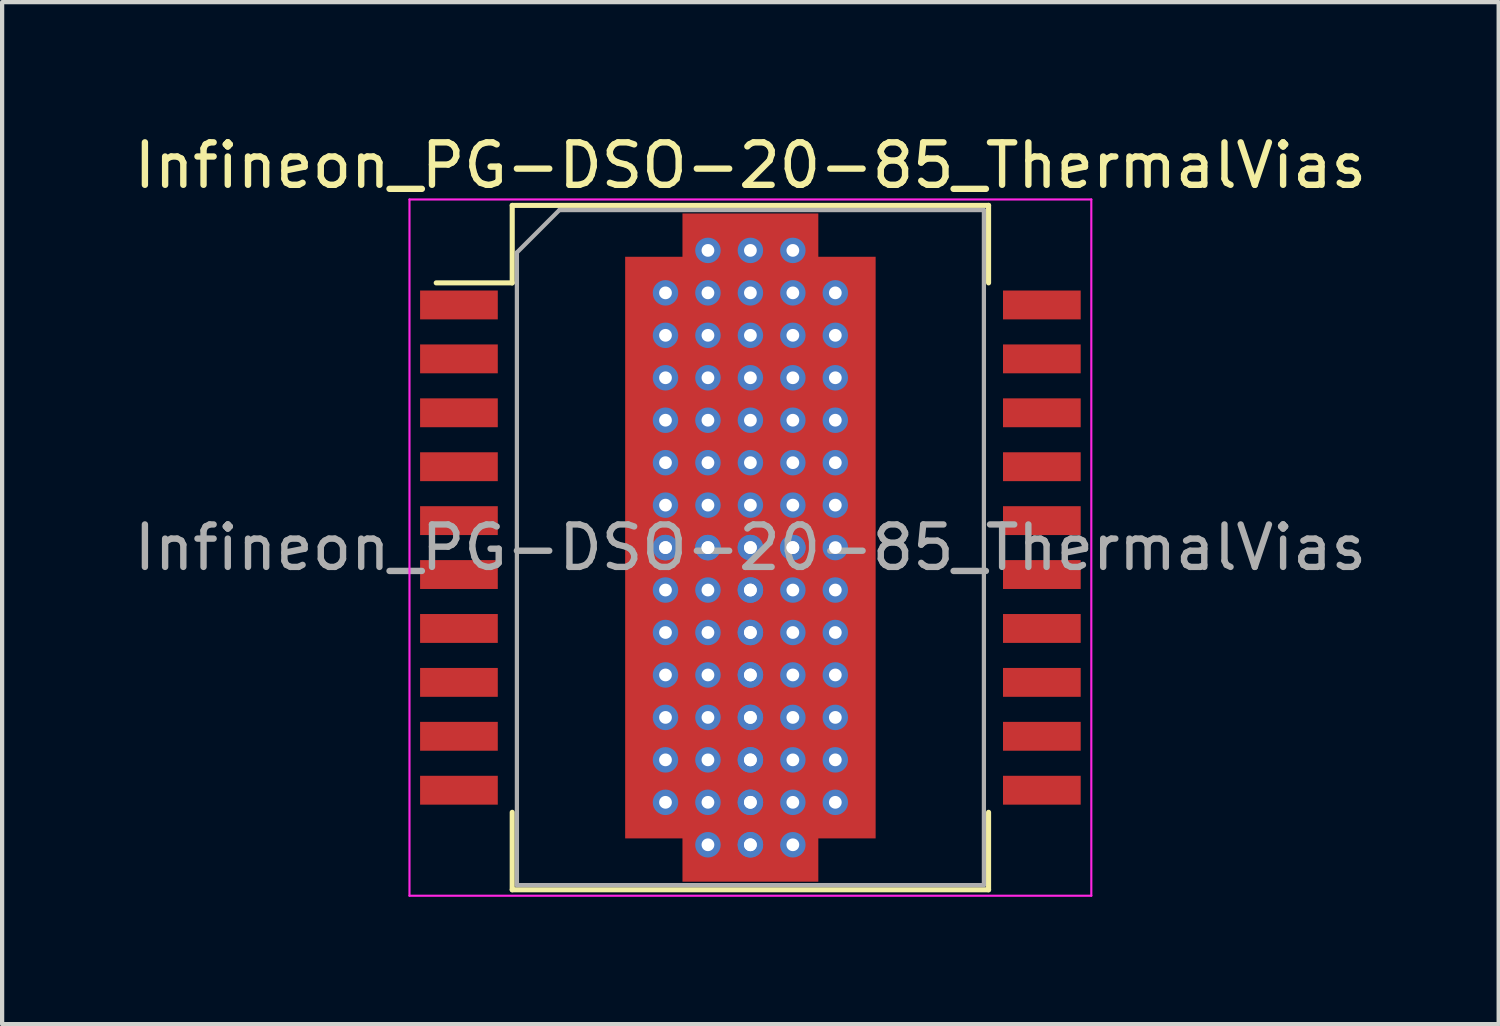
<source format=kicad_pcb>
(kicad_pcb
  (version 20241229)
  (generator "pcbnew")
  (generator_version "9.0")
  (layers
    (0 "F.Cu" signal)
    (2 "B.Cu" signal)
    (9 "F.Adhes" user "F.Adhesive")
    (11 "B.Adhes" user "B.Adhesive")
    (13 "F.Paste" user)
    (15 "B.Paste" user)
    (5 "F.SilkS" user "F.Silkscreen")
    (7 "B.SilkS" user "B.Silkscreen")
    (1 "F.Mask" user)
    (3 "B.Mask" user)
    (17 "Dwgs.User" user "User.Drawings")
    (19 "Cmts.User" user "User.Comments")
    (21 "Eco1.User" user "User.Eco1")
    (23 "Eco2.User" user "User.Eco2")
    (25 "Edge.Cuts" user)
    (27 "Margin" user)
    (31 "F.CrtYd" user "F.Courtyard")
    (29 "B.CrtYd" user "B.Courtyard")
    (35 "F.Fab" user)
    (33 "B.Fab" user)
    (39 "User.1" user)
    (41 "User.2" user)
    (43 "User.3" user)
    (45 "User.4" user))
  (footprint "Infineon_PG-DSO-20-85_ThermalVias"
    (layer "F.Cu")
    (at 14.625 9.848)
    (property "Reference" "Infineon_PG-DSO-20-85_ThermalVias" (at 0 -9 0) (layer "F.SilkS") (effects (font (size 1 1) (thickness 0.15))))
    (attr smd)
    (fp_line (start -7.4 -6.235) (end -5.61 -6.235) (stroke (width 0.12) (type solid)) (layer "F.SilkS"))
    (fp_line (start -5.61 -8.06) (end 5.61 -8.06) (stroke (width 0.12) (type solid)) (layer "F.SilkS"))
    (fp_line (start -5.61 -6.235) (end -5.61 -8.06) (stroke (width 0.12) (type solid)) (layer "F.SilkS"))
    (fp_line (start -5.61 6.235) (end -5.61 8.06) (stroke (width 0.12) (type solid)) (layer "F.SilkS"))
    (fp_line (start 5.61 -6.235) (end 5.61 -8.06) (stroke (width 0.12) (type solid)) (layer "F.SilkS"))
    (fp_line (start 5.61 6.235) (end 5.61 8.06) (stroke (width 0.12) (type solid)) (layer "F.SilkS"))
    (fp_line (start 5.61 8.06) (end -5.61 8.06) (stroke (width 0.12) (type solid)) (layer "F.SilkS"))
    (fp_line (start -8.03 -8.2) (end 8.03 -8.2) (stroke (width 0.05) (type solid)) (layer "F.CrtYd"))
    (fp_line (start -8.03 8.2) (end -8.03 -8.2) (stroke (width 0.05) (type solid)) (layer "F.CrtYd"))
    (fp_line (start -8.03 8.2) (end 8.03 8.2) (stroke (width 0.05) (type solid)) (layer "F.CrtYd"))
    (fp_line (start 8.03 8.2) (end 8.03 -8.2) (stroke (width 0.05) (type solid)) (layer "F.CrtYd"))
    (fp_line (start -5.5 -6.95) (end -4.5 -7.95) (stroke (width 0.1) (type solid)) (layer "F.Fab"))
    (fp_line (start -5.5 7.95) (end -5.5 -6.95) (stroke (width 0.1) (type solid)) (layer "F.Fab"))
    (fp_line (start -4.5 -7.95) (end 5.5 -7.95) (stroke (width 0.1) (type solid)) (layer "F.Fab"))
    (fp_line (start 5.5 -7.95) (end 5.5 7.95) (stroke (width 0.1) (type solid)) (layer "F.Fab"))
    (fp_line (start 5.5 7.95) (end -5.5 7.95) (stroke (width 0.1) (type solid)) (layer "F.Fab"))
    (fp_text user "${REFERENCE}" (at 0 0 0) (layer "F.Fab") (effects (font (size 1 1) (thickness 0.15))))
    (pad "" smd rect (at -1.4 -4.95) (size 2.4 2.8) (layers "F.Paste"))
    (pad "" smd rect (at -1.4 -1.65) (size 2.4 2.8) (layers "F.Paste"))
    (pad "" smd rect (at -1.4 1.65) (size 2.4 2.8) (layers "F.Paste"))
    (pad "" smd rect (at -1.4 4.95) (size 2.4 2.8) (layers "F.Paste"))
    (pad "" smd rect (at 0 -7.36) (size 3.2 1) (layers "F.Paste"))
    (pad "" smd rect (at 0 7.36) (size 3.2 1) (layers "F.Paste"))
    (pad "" smd rect (at 1.4 -4.95) (size 2.4 2.8) (layers "F.Paste"))
    (pad "" smd rect (at 1.4 -1.65) (size 2.4 2.8) (layers "F.Paste"))
    (pad "" smd rect (at 1.4 1.65) (size 2.4 2.8) (layers "F.Paste"))
    (pad "" smd rect (at 1.4 4.95) (size 2.4 2.8) (layers "F.Paste"))
    (pad "1" smd rect (at -6.865 -5.715) (size 1.83 0.68) (layers "F.Cu" "F.Mask" "F.Paste"))
    (pad "1" thru_hole circle (at -2 -6) (size 0.6 0.6) (drill 0.3) (layers "*.Cu" "*.Mask"))
    (pad "1" thru_hole circle (at -2 -5) (size 0.6 0.6) (drill 0.3) (layers "*.Cu" "*.Mask"))
    (pad "1" thru_hole circle (at -2 -4) (size 0.6 0.6) (drill 0.3) (layers "*.Cu" "*.Mask"))
    (pad "1" thru_hole circle (at -2 -3) (size 0.6 0.6) (drill 0.3) (layers "*.Cu" "*.Mask"))
    (pad "1" thru_hole circle (at -2 -2) (size 0.6 0.6) (drill 0.3) (layers "*.Cu" "*.Mask"))
    (pad "1" thru_hole circle (at -2 -1) (size 0.6 0.6) (drill 0.3) (layers "*.Cu" "*.Mask"))
    (pad "1" thru_hole circle (at -2 0) (size 0.6 0.6) (drill 0.3) (layers "*.Cu" "*.Mask"))
    (pad "1" thru_hole circle (at -2 0) (size 0.6 0.6) (drill 0.3) (layers "*.Cu" "*.Mask"))
    (pad "1" thru_hole circle (at -2 1) (size 0.6 0.6) (drill 0.3) (layers "*.Cu" "*.Mask"))
    (pad "1" thru_hole circle (at -2 2) (size 0.6 0.6) (drill 0.3) (layers "*.Cu" "*.Mask"))
    (pad "1" thru_hole circle (at -2 3) (size 0.6 0.6) (drill 0.3) (layers "*.Cu" "*.Mask"))
    (pad "1" thru_hole circle (at -2 4) (size 0.6 0.6) (drill 0.3) (layers "*.Cu" "*.Mask"))
    (pad "1" thru_hole circle (at -2 5) (size 0.6 0.6) (drill 0.3) (layers "*.Cu" "*.Mask"))
    (pad "1" thru_hole circle (at -2 6) (size 0.6 0.6) (drill 0.3) (layers "*.Cu" "*.Mask"))
    (pad "1" thru_hole circle (at -1 -7) (size 0.6 0.6) (drill 0.3) (layers "*.Cu" "*.Mask"))
    (pad "1" thru_hole circle (at -1 -6) (size 0.6 0.6) (drill 0.3) (layers "*.Cu" "*.Mask"))
    (pad "1" thru_hole circle (at -1 -5) (size 0.6 0.6) (drill 0.3) (layers "*.Cu" "*.Mask"))
    (pad "1" thru_hole circle (at -1 -4) (size 0.6 0.6) (drill 0.3) (layers "*.Cu" "*.Mask"))
    (pad "1" thru_hole circle (at -1 -3) (size 0.6 0.6) (drill 0.3) (layers "*.Cu" "*.Mask"))
    (pad "1" thru_hole circle (at -1 -2) (size 0.6 0.6) (drill 0.3) (layers "*.Cu" "*.Mask"))
    (pad "1" thru_hole circle (at -1 -1) (size 0.6 0.6) (drill 0.3) (layers "*.Cu" "*.Mask"))
    (pad "1" thru_hole circle (at -1 0) (size 0.6 0.6) (drill 0.3) (layers "*.Cu" "*.Mask"))
    (pad "1" thru_hole circle (at -1 0) (size 0.6 0.6) (drill 0.3) (layers "*.Cu" "*.Mask"))
    (pad "1" thru_hole circle (at -1 1) (size 0.6 0.6) (drill 0.3) (layers "*.Cu" "*.Mask"))
    (pad "1" thru_hole circle (at -1 2) (size 0.6 0.6) (drill 0.3) (layers "*.Cu" "*.Mask"))
    (pad "1" thru_hole circle (at -1 3) (size 0.6 0.6) (drill 0.3) (layers "*.Cu" "*.Mask"))
    (pad "1" thru_hole circle (at -1 4) (size 0.6 0.6) (drill 0.3) (layers "*.Cu" "*.Mask"))
    (pad "1" thru_hole circle (at -1 5) (size 0.6 0.6) (drill 0.3) (layers "*.Cu" "*.Mask"))
    (pad "1" thru_hole circle (at -1 6) (size 0.6 0.6) (drill 0.3) (layers "*.Cu" "*.Mask"))
    (pad "1" thru_hole circle (at -1 7) (size 0.6 0.6) (drill 0.3) (layers "*.Cu" "*.Mask"))
    (pad "1" thru_hole circle (at 0 -7) (size 0.6 0.6) (drill 0.3) (layers "*.Cu" "*.Mask"))
    (pad "1" thru_hole circle (at 0 -6) (size 0.6 0.6) (drill 0.3) (layers "*.Cu" "*.Mask"))
    (pad "1" thru_hole circle (at 0 -5) (size 0.6 0.6) (drill 0.3) (layers "*.Cu" "*.Mask"))
    (pad "1" thru_hole circle (at 0 -4) (size 0.6 0.6) (drill 0.3) (layers "*.Cu" "*.Mask"))
    (pad "1" thru_hole circle (at 0 -3) (size 0.6 0.6) (drill 0.3) (layers "*.Cu" "*.Mask"))
    (pad "1" thru_hole circle (at 0 -2) (size 0.6 0.6) (drill 0.3) (layers "*.Cu" "*.Mask"))
    (pad "1" thru_hole circle (at 0 -1) (size 0.6 0.6) (drill 0.3) (layers "*.Cu" "*.Mask"))
    (pad "1" thru_hole circle (at 0 0) (size 0.6 0.6) (drill 0.3) (layers "*.Cu" "*.Mask"))
    (pad "1" thru_hole circle (at 0 0) (size 0.6 0.6) (drill 0.3) (layers "*.Cu" "*.Mask"))
    (pad "1" thru_hole circle (at 0 1) (size 0.6 0.6) (drill 0.3) (layers "*.Cu" "*.Mask"))
    (pad "1" thru_hole circle (at 0 1) (size 0.6 0.6) (drill 0.3) (layers "*.Cu" "*.Mask"))
    (pad "1" thru_hole circle (at 0 2) (size 0.6 0.6) (drill 0.3) (layers "*.Cu" "*.Mask"))
    (pad "1" thru_hole circle (at 0 2) (size 0.6 0.6) (drill 0.3) (layers "*.Cu" "*.Mask"))
    (pad "1" thru_hole circle (at 0 3) (size 0.6 0.6) (drill 0.3) (layers "*.Cu" "*.Mask"))
    (pad "1" thru_hole circle (at 0 3) (size 0.6 0.6) (drill 0.3) (layers "*.Cu" "*.Mask"))
    (pad "1" thru_hole circle (at 0 4) (size 0.6 0.6) (drill 0.3) (layers "*.Cu" "*.Mask"))
    (pad "1" thru_hole circle (at 0 4) (size 0.6 0.6) (drill 0.3) (layers "*.Cu" "*.Mask"))
    (pad "1" thru_hole circle (at 0 5) (size 0.6 0.6) (drill 0.3) (layers "*.Cu" "*.Mask"))
    (pad "1" thru_hole circle (at 0 5) (size 0.6 0.6) (drill 0.3) (layers "*.Cu" "*.Mask"))
    (pad "1" thru_hole circle (at 0 6) (size 0.6 0.6) (drill 0.3) (layers "*.Cu" "*.Mask"))
    (pad "1" thru_hole circle (at 0 6) (size 0.6 0.6) (drill 0.3) (layers "*.Cu" "*.Mask"))
    (pad "1" thru_hole circle (at 0 7) (size 0.6 0.6) (drill 0.3) (layers "*.Cu" "*.Mask"))
    (pad "1" thru_hole circle (at 0 7) (size 0.6 0.6) (drill 0.3) (layers "*.Cu" "*.Mask"))
    (pad "1" thru_hole circle (at 1 -7) (size 0.6 0.6) (drill 0.3) (layers "*.Cu" "*.Mask"))
    (pad "1" thru_hole circle (at 1 -6) (size 0.6 0.6) (drill 0.3) (layers "*.Cu" "*.Mask"))
    (pad "1" thru_hole circle (at 1 -5) (size 0.6 0.6) (drill 0.3) (layers "*.Cu" "*.Mask"))
    (pad "1" thru_hole circle (at 1 -4) (size 0.6 0.6) (drill 0.3) (layers "*.Cu" "*.Mask"))
    (pad "1" thru_hole circle (at 1 -3) (size 0.6 0.6) (drill 0.3) (layers "*.Cu" "*.Mask"))
    (pad "1" thru_hole circle (at 1 -2) (size 0.6 0.6) (drill 0.3) (layers "*.Cu" "*.Mask"))
    (pad "1" thru_hole circle (at 1 -1) (size 0.6 0.6) (drill 0.3) (layers "*.Cu" "*.Mask"))
    (pad "1" thru_hole circle (at 1 0) (size 0.6 0.6) (drill 0.3) (layers "*.Cu" "*.Mask"))
    (pad "1" thru_hole circle (at 1 0) (size 0.6 0.6) (drill 0.3) (layers "*.Cu" "*.Mask"))
    (pad "1" thru_hole circle (at 1 1) (size 0.6 0.6) (drill 0.3) (layers "*.Cu" "*.Mask"))
    (pad "1" thru_hole circle (at 1 2) (size 0.6 0.6) (drill 0.3) (layers "*.Cu" "*.Mask"))
    (pad "1" thru_hole circle (at 1 3) (size 0.6 0.6) (drill 0.3) (layers "*.Cu" "*.Mask"))
    (pad "1" thru_hole circle (at 1 4) (size 0.6 0.6) (drill 0.3) (layers "*.Cu" "*.Mask"))
    (pad "1" thru_hole circle (at 1 5) (size 0.6 0.6) (drill 0.3) (layers "*.Cu" "*.Mask"))
    (pad "1" thru_hole circle (at 1 6) (size 0.6 0.6) (drill 0.3) (layers "*.Cu" "*.Mask"))
    (pad "1" thru_hole circle (at 1 7) (size 0.6 0.6) (drill 0.3) (layers "*.Cu" "*.Mask"))
    (pad "1" thru_hole circle (at 2 -6) (size 0.6 0.6) (drill 0.3) (layers "*.Cu" "*.Mask"))
    (pad "1" thru_hole circle (at 2 -5) (size 0.6 0.6) (drill 0.3) (layers "*.Cu" "*.Mask"))
    (pad "1" thru_hole circle (at 2 -4) (size 0.6 0.6) (drill 0.3) (layers "*.Cu" "*.Mask"))
    (pad "1" thru_hole circle (at 2 -3) (size 0.6 0.6) (drill 0.3) (layers "*.Cu" "*.Mask"))
    (pad "1" thru_hole circle (at 2 -2) (size 0.6 0.6) (drill 0.3) (layers "*.Cu" "*.Mask"))
    (pad "1" thru_hole circle (at 2 -1) (size 0.6 0.6) (drill 0.3) (layers "*.Cu" "*.Mask"))
    (pad "1" thru_hole circle (at 2 0) (size 0.6 0.6) (drill 0.3) (layers "*.Cu" "*.Mask"))
    (pad "1" thru_hole circle (at 2 1) (size 0.6 0.6) (drill 0.3) (layers "*.Cu" "*.Mask"))
    (pad "1" thru_hole circle (at 2 2) (size 0.6 0.6) (drill 0.3) (layers "*.Cu" "*.Mask"))
    (pad "1" thru_hole circle (at 2 3) (size 0.6 0.6) (drill 0.3) (layers "*.Cu" "*.Mask"))
    (pad "1" thru_hole circle (at 2 4) (size 0.6 0.6) (drill 0.3) (layers "*.Cu" "*.Mask"))
    (pad "1" thru_hole circle (at 2 5) (size 0.6 0.6) (drill 0.3) (layers "*.Cu" "*.Mask"))
    (pad "1" thru_hole circle (at 2 6) (size 0.6 0.6) (drill 0.3) (layers "*.Cu" "*.Mask"))
    (pad "2" smd rect (at -6.865 -4.445) (size 1.83 0.68) (layers "F.Cu" "F.Mask" "F.Paste"))
    (pad "3" smd rect (at -6.865 -3.175) (size 1.83 0.68) (layers "F.Cu" "F.Mask" "F.Paste"))
    (pad "4" smd rect (at -6.865 -1.905) (size 1.83 0.68) (layers "F.Cu" "F.Mask" "F.Paste"))
    (pad "5" smd rect (at -6.865 -0.635) (size 1.83 0.68) (layers "F.Cu" "F.Mask" "F.Paste"))
    (pad "6" smd rect (at -6.865 0.635) (size 1.83 0.68) (layers "F.Cu" "F.Mask" "F.Paste"))
    (pad "7" smd rect (at -6.865 1.905) (size 1.83 0.68) (layers "F.Cu" "F.Mask" "F.Paste"))
    (pad "8" smd rect (at -6.865 3.175) (size 1.83 0.68) (layers "F.Cu" "F.Mask" "F.Paste"))
    (pad "9" smd rect (at -6.865 4.445) (size 1.83 0.68) (layers "F.Cu" "F.Mask" "F.Paste"))
    (pad "10" smd rect (at -6.865 5.715) (size 1.83 0.68) (layers "F.Cu" "F.Mask" "F.Paste"))
    (pad "11" smd rect (at 6.865 5.715) (size 1.83 0.68) (layers "F.Cu" "F.Mask" "F.Paste"))
    (pad "12" smd rect (at 6.865 4.445) (size 1.83 0.68) (layers "F.Cu" "F.Mask" "F.Paste"))
    (pad "13" smd rect (at 6.865 3.175) (size 1.83 0.68) (layers "F.Cu" "F.Mask" "F.Paste"))
    (pad "14" smd rect (at 6.865 1.905) (size 1.83 0.68) (layers "F.Cu" "F.Mask" "F.Paste"))
    (pad "15" smd rect (at 6.865 0.635) (size 1.83 0.68) (layers "F.Cu" "F.Mask" "F.Paste"))
    (pad "16" smd rect (at 6.865 -0.635) (size 1.83 0.68) (layers "F.Cu" "F.Mask" "F.Paste"))
    (pad "17" smd rect (at 6.865 -1.905) (size 1.83 0.68) (layers "F.Cu" "F.Mask" "F.Paste"))
    (pad "18" smd rect (at 6.865 -3.175) (size 1.83 0.68) (layers "F.Cu" "F.Mask" "F.Paste"))
    (pad "19" smd rect (at 6.865 -4.445) (size 1.83 0.68) (layers "F.Cu" "F.Mask" "F.Paste"))
    (pad "20" smd rect (at 6.865 -5.715) (size 1.83 0.68) (layers "F.Cu" "F.Mask" "F.Paste"))
    (pad "21" smd custom (at 0 0) (size 5.9 13.7) (layers "F.Cu" "F.Mask") (options (anchor rect)) (primitives (gr_poly (pts (xy -1.6 -7.87) (xy 1.6 -7.87) (xy 1.6 7.87) (xy -1.6 7.87)) (width 0) (fill yes)))))
  (gr_rect
    (start -3 -3)
    (end 32.25 21.073)
    (stroke (width 0.1) (type default))
    (fill no)
    (layer "Edge.Cuts")))
</source>
